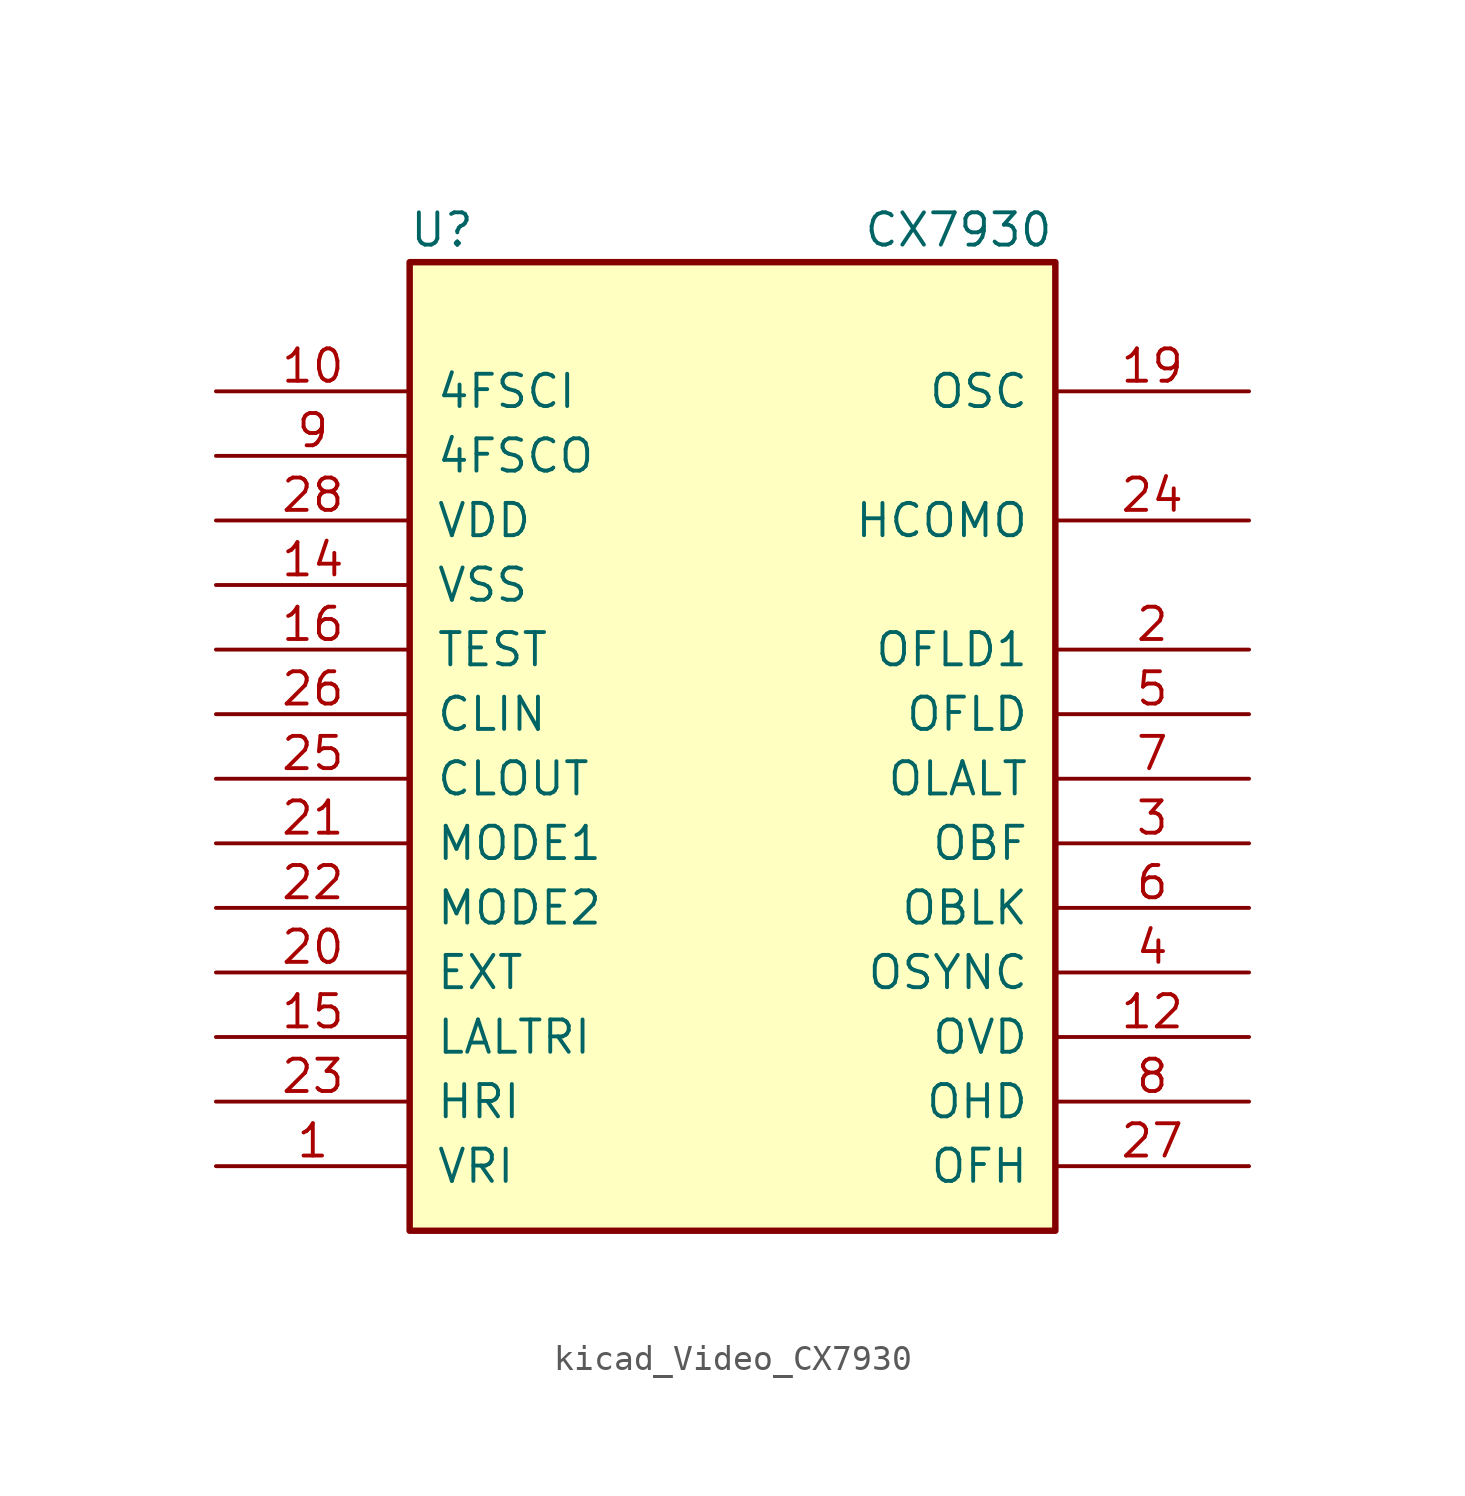
<source format=kicad_sym>
(kicad_symbol_lib
  (version 20220914)
  (generator kicad_symbol_editor)
  (symbol "kicad_Video_CX7930"
    (pin_names
      (offset 1.016))
    (property "Reference" "U"
      (at -11.43 20.32 0)
      (effects (font (size 1.27 1.27))))
    (property "Value" "CX7930"
      (at 8.89 20.32 0)
      (effects (font (size 1.27 1.27))))
    (symbol "kicad_Video_CX7930_0_1"
      (rectangle (start -12.7 -19.05) (end 12.7 19.05) (stroke (width 0.254) (type default)) (fill (type background))))
    (symbol "kicad_Video_CX7930_1_1"
      (pin input line (at -20.32 -16.51 0) (length 7.62) (name "VRI" (effects (font (size 1.27 1.27)))) (number "1" (effects (font (size 1.27 1.27)))))
      (pin input line (at -20.32 13.97 0) (length 7.62) (name "4FSCI" (effects (font (size 1.27 1.27)))) (number "10" (effects (font (size 1.27 1.27)))))
      (pin output line (at 20.32 -11.43 180) (length 7.62) (name "OVD" (effects (font (size 1.27 1.27)))) (number "12" (effects (font (size 1.27 1.27)))))
      (pin input line (at -20.32 6.35 0) (length 7.62) (name "VSS" (effects (font (size 1.27 1.27)))) (number "14" (effects (font (size 1.27 1.27)))))
      (pin input line (at -20.32 -11.43 0) (length 7.62) (name "LALTRI" (effects (font (size 1.27 1.27)))) (number "15" (effects (font (size 1.27 1.27)))))
      (pin input line (at -20.32 3.81 0) (length 7.62) (name "TEST" (effects (font (size 1.27 1.27)))) (number "16" (effects (font (size 1.27 1.27)))))
      (pin output line (at 20.32 13.97 180) (length 7.62) (name "OSC" (effects (font (size 1.27 1.27)))) (number "19" (effects (font (size 1.27 1.27)))))
      (pin output line (at 20.32 3.81 180) (length 7.62) (name "OFLD1" (effects (font (size 1.27 1.27)))) (number "2" (effects (font (size 1.27 1.27)))))
      (pin input line (at -20.32 -8.89 0) (length 7.62) (name "EXT" (effects (font (size 1.27 1.27)))) (number "20" (effects (font (size 1.27 1.27)))))
      (pin input line (at -20.32 -3.81 0) (length 7.62) (name "MODE1" (effects (font (size 1.27 1.27)))) (number "21" (effects (font (size 1.27 1.27)))))
      (pin input line (at -20.32 -6.35 0) (length 7.62) (name "MODE2" (effects (font (size 1.27 1.27)))) (number "22" (effects (font (size 1.27 1.27)))))
      (pin input line (at -20.32 -13.97 0) (length 7.62) (name "HRI" (effects (font (size 1.27 1.27)))) (number "23" (effects (font (size 1.27 1.27)))))
      (pin output line (at 20.32 8.89 180) (length 7.62) (name "HCOMO" (effects (font (size 1.27 1.27)))) (number "24" (effects (font (size 1.27 1.27)))))
      (pin output line (at -20.32 -1.27 0) (length 7.62) (name "CLOUT" (effects (font (size 1.27 1.27)))) (number "25" (effects (font (size 1.27 1.27)))))
      (pin input line (at -20.32 1.27 0) (length 7.62) (name "CLIN" (effects (font (size 1.27 1.27)))) (number "26" (effects (font (size 1.27 1.27)))))
      (pin output line (at 20.32 -16.51 180) (length 7.62) (name "OFH" (effects (font (size 1.27 1.27)))) (number "27" (effects (font (size 1.27 1.27)))))
      (pin input line (at -20.32 8.89 0) (length 7.62) (name "VDD" (effects (font (size 1.27 1.27)))) (number "28" (effects (font (size 1.27 1.27)))))
      (pin output line (at 20.32 -3.81 180) (length 7.62) (name "OBF" (effects (font (size 1.27 1.27)))) (number "3" (effects (font (size 1.27 1.27)))))
      (pin output line (at 20.32 -8.89 180) (length 7.62) (name "OSYNC" (effects (font (size 1.27 1.27)))) (number "4" (effects (font (size 1.27 1.27)))))
      (pin output line (at 20.32 1.27 180) (length 7.62) (name "OFLD" (effects (font (size 1.27 1.27)))) (number "5" (effects (font (size 1.27 1.27)))))
      (pin output line (at 20.32 -6.35 180) (length 7.62) (name "OBLK" (effects (font (size 1.27 1.27)))) (number "6" (effects (font (size 1.27 1.27)))))
      (pin output line (at 20.32 -1.27 180) (length 7.62) (name "OLALT" (effects (font (size 1.27 1.27)))) (number "7" (effects (font (size 1.27 1.27)))))
      (pin output line (at 20.32 -13.97 180) (length 7.62) (name "OHD" (effects (font (size 1.27 1.27)))) (number "8" (effects (font (size 1.27 1.27)))))
      (pin output line (at -20.32 11.43 0) (length 7.62) (name "4FSCO" (effects (font (size 1.27 1.27)))) (number "9" (effects (font (size 1.27 1.27))))))))
</source>
